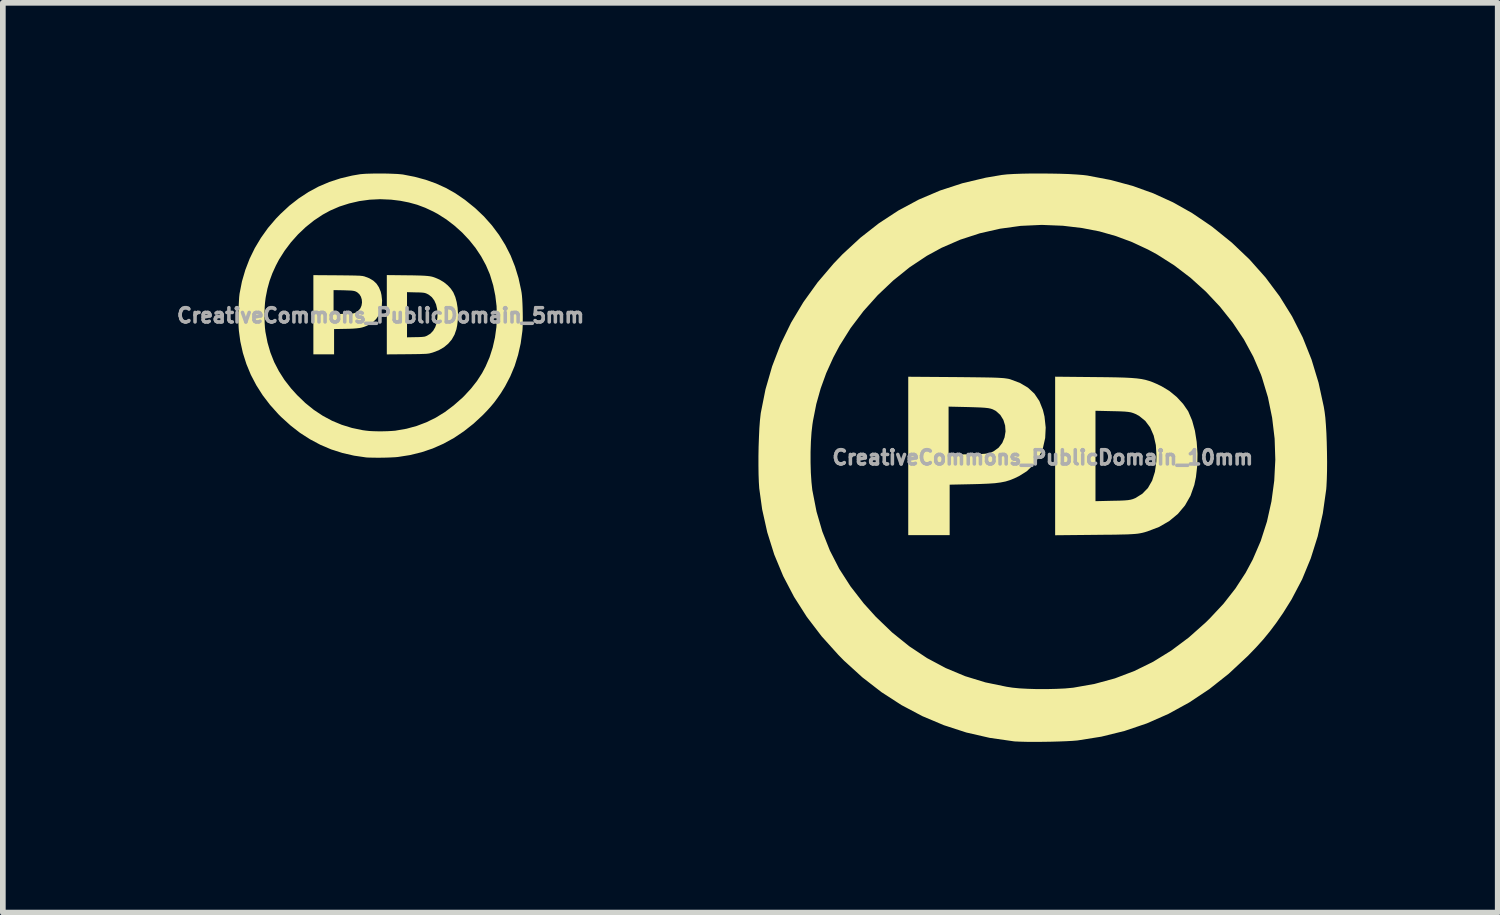
<source format=kicad_pcb>
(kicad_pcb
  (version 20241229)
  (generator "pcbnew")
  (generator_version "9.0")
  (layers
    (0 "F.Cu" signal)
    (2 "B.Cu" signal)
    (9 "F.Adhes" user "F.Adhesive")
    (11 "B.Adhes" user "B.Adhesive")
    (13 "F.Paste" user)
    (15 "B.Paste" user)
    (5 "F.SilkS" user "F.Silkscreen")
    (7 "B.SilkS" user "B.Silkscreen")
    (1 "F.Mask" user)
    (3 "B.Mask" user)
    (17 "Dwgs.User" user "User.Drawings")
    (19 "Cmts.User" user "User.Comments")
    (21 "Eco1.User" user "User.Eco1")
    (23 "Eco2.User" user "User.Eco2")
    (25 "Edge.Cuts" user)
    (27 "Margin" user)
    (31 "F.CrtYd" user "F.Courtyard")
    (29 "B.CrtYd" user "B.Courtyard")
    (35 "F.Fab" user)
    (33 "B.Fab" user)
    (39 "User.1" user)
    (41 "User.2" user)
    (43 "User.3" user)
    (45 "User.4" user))
  (footprint "CreativeCommons_PublicDomain_5mm"
    (layer "F.Cu")
    (at 3.64 2.496)
    (property "Reference" "CreativeCommons_PublicDomain_5mm" (at 0 0 0) (layer "F.Fab") (effects (font (size 0.25 0.25) (thickness 0.3))))
    (attr board_only exclude_from_pos_files exclude_from_bom)
    (fp_poly (pts (xy -0.761 -0.707) (xy -0.66 -0.706) (xy -0.576 -0.705) (xy -0.506 -0.704) (xy -0.45 -0.703) (xy -0.404 -0.701) (xy -0.368 -0.7) (xy -0.34 -0.697) (xy -0.318 -0.695) (xy -0.301 -0.691) (xy -0.286 -0.688) (xy -0.201 -0.656) (xy -0.13 -0.614) (xy -0.073 -0.561) (xy -0.03 -0.496) (xy 0.002 -0.418) (xy 0.015 -0.361) (xy 0.026 -0.264) (xy 0.021 -0.171) (xy 0.002 -0.085) (xy -0.032 -0.007) (xy -0.079 0.062) (xy -0.14 0.12) (xy -0.208 0.163) (xy -0.249 0.183) (xy -0.288 0.198) (xy -0.327 0.21) (xy -0.37 0.219) (xy -0.42 0.225) (xy -0.479 0.23) (xy -0.552 0.233) (xy -0.607 0.234) (xy -0.818 0.238) (xy -0.818 0.682) (xy -1.182 0.682) (xy -1.182 -0.447) (xy -0.827 -0.447) (xy -0.827 -0.025) (xy -0.652 -0.029) (xy -0.591 -0.03) (xy -0.545 -0.031) (xy -0.511 -0.033) (xy -0.486 -0.036) (xy -0.467 -0.04) (xy -0.451 -0.046) (xy -0.435 -0.053) (xy -0.432 -0.055) (xy -0.388 -0.087) (xy -0.355 -0.128) (xy -0.335 -0.177) (xy -0.327 -0.229) (xy -0.331 -0.281) (xy -0.346 -0.331) (xy -0.373 -0.374) (xy -0.412 -0.409) (xy -0.439 -0.423) (xy -0.456 -0.429) (xy -0.479 -0.434) (xy -0.508 -0.438) (xy -0.549 -0.44) (xy -0.602 -0.442) (xy -0.652 -0.444) (xy -0.827 -0.447) (xy -1.182 -0.447) (xy -1.182 -0.71)) (stroke (width 0) (type solid)) (fill yes) (layer "F.SilkS"))
    (fp_poly (pts (xy 0.466 -0.707) (xy 0.566 -0.706) (xy 0.649 -0.704) (xy 0.719 -0.702) (xy 0.778 -0.699) (xy 0.826 -0.695) (xy 0.867 -0.69) (xy 0.903 -0.683) (xy 0.936 -0.673) (xy 0.968 -0.661) (xy 1.001 -0.647) (xy 1.038 -0.63) (xy 1.045 -0.626) (xy 1.113 -0.585) (xy 1.178 -0.532) (xy 1.234 -0.472) (xy 1.277 -0.408) (xy 1.28 -0.402) (xy 1.313 -0.325) (xy 1.337 -0.236) (xy 1.353 -0.137) (xy 1.36 -0.034) (xy 1.358 0.07) (xy 1.346 0.171) (xy 1.332 0.241) (xy 1.299 0.336) (xy 1.251 0.421) (xy 1.188 0.495) (xy 1.112 0.558) (xy 1.022 0.61) (xy 0.92 0.649) (xy 0.895 0.656) (xy 0.876 0.661) (xy 0.857 0.666) (xy 0.836 0.669) (xy 0.811 0.672) (xy 0.78 0.674) (xy 0.741 0.675) (xy 0.692 0.677) (xy 0.632 0.678) (xy 0.557 0.679) (xy 0.466 0.68) (xy 0.109 0.683) (xy 0.109 -0.411) (xy 0.464 -0.411) (xy 0.464 0.383) (xy 0.616 0.38) (xy 0.674 0.379) (xy 0.717 0.377) (xy 0.749 0.374) (xy 0.773 0.371) (xy 0.792 0.365) (xy 0.811 0.357) (xy 0.814 0.356) (xy 0.875 0.319) (xy 0.924 0.267) (xy 0.961 0.203) (xy 0.986 0.126) (xy 0.998 0.035) (xy 1 -0.014) (xy 0.994 -0.11) (xy 0.975 -0.194) (xy 0.944 -0.264) (xy 0.901 -0.322) (xy 0.846 -0.366) (xy 0.814 -0.383) (xy 0.795 -0.391) (xy 0.775 -0.397) (xy 0.751 -0.401) (xy 0.719 -0.404) (xy 0.677 -0.406) (xy 0.62 -0.407) (xy 0.616 -0.407) (xy 0.464 -0.411) (xy 0.109 -0.411) (xy 0.109 -0.711)) (stroke (width 0) (type solid)) (fill yes) (layer "F.SilkS"))
    (fp_poly (pts (xy 0.065 -2.496) (xy 0.149 -2.494) (xy 0.227 -2.491) (xy 0.297 -2.488) (xy 0.354 -2.483) (xy 0.391 -2.479) (xy 0.596 -2.439) (xy 0.789 -2.387) (xy 0.972 -2.322) (xy 1.146 -2.243) (xy 1.313 -2.149) (xy 1.474 -2.039) (xy 1.49 -2.027) (xy 1.661 -1.889) (xy 1.817 -1.741) (xy 1.957 -1.583) (xy 2.082 -1.416) (xy 2.191 -1.24) (xy 2.285 -1.055) (xy 2.362 -0.861) (xy 2.424 -0.658) (xy 2.47 -0.446) (xy 2.478 -0.4) (xy 2.484 -0.351) (xy 2.489 -0.288) (xy 2.493 -0.213) (xy 2.496 -0.132) (xy 2.498 -0.047) (xy 2.499 0.037) (xy 2.498 0.118) (xy 2.497 0.19) (xy 2.494 0.252) (xy 2.491 0.279) (xy 2.462 0.49) (xy 2.416 0.693) (xy 2.356 0.886) (xy 2.279 1.07) (xy 2.187 1.246) (xy 2.114 1.364) (xy 2.054 1.45) (xy 1.998 1.526) (xy 1.939 1.597) (xy 1.875 1.668) (xy 1.801 1.745) (xy 1.796 1.75) (xy 1.633 1.901) (xy 1.463 2.035) (xy 1.287 2.153) (xy 1.105 2.253) (xy 0.915 2.337) (xy 0.719 2.403) (xy 0.515 2.453) (xy 0.305 2.486) (xy 0.305 2.486) (xy 0.262 2.49) (xy 0.206 2.493) (xy 0.14 2.496) (xy 0.069 2.498) (xy -0.005 2.499) (xy -0.077 2.499) (xy -0.143 2.498) (xy -0.2 2.497) (xy -0.244 2.495) (xy -0.255 2.494) (xy -0.467 2.463) (xy -0.671 2.416) (xy -0.869 2.353) (xy -1.059 2.272) (xy -1.241 2.175) (xy -1.417 2.062) (xy -1.585 1.931) (xy -1.747 1.784) (xy -1.797 1.734) (xy -1.944 1.57) (xy -2.073 1.401) (xy -2.185 1.225) (xy -2.281 1.042) (xy -2.359 0.853) (xy -2.421 0.657) (xy -2.466 0.455) (xy -2.491 0.27) (xy -2.495 0.216) (xy -2.498 0.148) (xy -2.499 0.071) (xy -2.499 0.043) (xy -2.04 0.043) (xy -2.038 0.133) (xy -2.033 0.216) (xy -2.025 0.286) (xy -2.024 0.291) (xy -1.988 0.475) (xy -1.937 0.651) (xy -1.871 0.818) (xy -1.788 0.978) (xy -1.69 1.132) (xy -1.574 1.281) (xy -1.468 1.398) (xy -1.324 1.537) (xy -1.174 1.658) (xy -1.017 1.762) (xy -0.853 1.85) (xy -0.682 1.921) (xy -0.504 1.976) (xy -0.317 2.015) (xy -0.266 2.022) (xy -0.205 2.029) (xy -0.131 2.033) (xy -0.05 2.035) (xy 0.035 2.035) (xy 0.119 2.033) (xy 0.195 2.029) (xy 0.26 2.024) (xy 0.269 2.022) (xy 0.455 1.99) (xy 0.634 1.941) (xy 0.805 1.876) (xy 0.97 1.795) (xy 1.129 1.697) (xy 1.283 1.581) (xy 1.433 1.449) (xy 1.469 1.414) (xy 1.589 1.284) (xy 1.693 1.152) (xy 1.783 1.013) (xy 1.845 0.896) (xy 1.915 0.734) (xy 1.97 0.563) (xy 2.01 0.386) (xy 2.035 0.204) (xy 2.044 0.019) (xy 2.038 -0.166) (xy 2.016 -0.349) (xy 1.979 -0.53) (xy 1.926 -0.705) (xy 1.918 -0.729) (xy 1.851 -0.885) (xy 1.768 -1.038) (xy 1.67 -1.186) (xy 1.558 -1.326) (xy 1.434 -1.458) (xy 1.299 -1.579) (xy 1.156 -1.689) (xy 1.005 -1.785) (xy 0.925 -1.828) (xy 0.784 -1.894) (xy 0.643 -1.947) (xy 0.498 -1.987) (xy 0.346 -2.017) (xy 0.182 -2.037) (xy 0.177 -2.037) (xy -0.008 -2.045) (xy -0.193 -2.036) (xy -0.376 -2.011) (xy -0.553 -1.97) (xy -0.725 -1.915) (xy -0.888 -1.844) (xy -1.018 -1.773) (xy -1.17 -1.672) (xy -1.315 -1.556) (xy -1.451 -1.427) (xy -1.576 -1.287) (xy -1.688 -1.138) (xy -1.786 -0.983) (xy -1.841 -0.878) (xy -1.903 -0.742) (xy -1.952 -0.608) (xy -1.99 -0.47) (xy -2.019 -0.324) (xy -2.024 -0.291) (xy -2.032 -0.222) (xy -2.038 -0.14) (xy -2.04 -0.05) (xy -2.04 0.043) (xy -2.499 0.043) (xy -2.498 -0.012) (xy -2.497 -0.096) (xy -2.494 -0.179) (xy -2.49 -0.256) (xy -2.486 -0.324) (xy -2.48 -0.379) (xy -2.478 -0.391) (xy -2.437 -0.6) (xy -2.378 -0.802) (xy -2.303 -0.997) (xy -2.211 -1.186) (xy -2.103 -1.366) (xy -1.979 -1.54) (xy -1.838 -1.705) (xy -1.759 -1.786) (xy -1.603 -1.931) (xy -1.439 -2.059) (xy -1.268 -2.171) (xy -1.09 -2.267) (xy -0.902 -2.347) (xy -0.706 -2.411) (xy -0.5 -2.46) (xy -0.359 -2.484) (xy -0.314 -2.488) (xy -0.255 -2.492) (xy -0.183 -2.494) (xy -0.104 -2.496) (xy -0.02 -2.496)) (stroke (width 0) (type solid)) (fill yes) (layer "F.SilkS")))
  (footprint "CreativeCommons_PublicDomain_10mm"
    (layer "F.Cu")
    (at 15.278 4.992)
    (property "Reference" "CreativeCommons_PublicDomain_10mm" (at 0 0 0) (layer "F.Fab") (effects (font (size 0.25 0.25) (thickness 0.3))))
    (attr board_only exclude_from_pos_files exclude_from_bom)
    (fp_poly (pts (xy -1.523 -1.414) (xy -1.321 -1.412) (xy -1.152 -1.41) (xy -1.013 -1.408) (xy -0.899 -1.406) (xy -0.808 -1.403) (xy -0.737 -1.399) (xy -0.681 -1.395) (xy -0.637 -1.389) (xy -0.601 -1.383) (xy -0.573 -1.376) (xy -0.402 -1.312) (xy -0.26 -1.228) (xy -0.146 -1.122) (xy -0.059 -0.992) (xy 0.003 -0.836) (xy 0.031 -0.721) (xy 0.052 -0.527) (xy 0.043 -0.343) (xy 0.004 -0.17) (xy -0.064 -0.014) (xy -0.159 0.124) (xy -0.279 0.24) (xy -0.416 0.326) (xy -0.499 0.366) (xy -0.576 0.397) (xy -0.654 0.421) (xy -0.74 0.438) (xy -0.84 0.451) (xy -0.959 0.459) (xy -1.104 0.465) (xy -1.214 0.468) (xy -1.636 0.477) (xy -1.636 1.364) (xy -2.364 1.364) (xy -2.364 -0.895) (xy -1.655 -0.895) (xy -1.655 -0.051) (xy -1.304 -0.057) (xy -1.182 -0.06) (xy -1.09 -0.062) (xy -1.022 -0.066) (xy -0.972 -0.072) (xy -0.934 -0.08) (xy -0.902 -0.091) (xy -0.87 -0.107) (xy -0.863 -0.11) (xy -0.775 -0.174) (xy -0.711 -0.257) (xy -0.671 -0.354) (xy -0.654 -0.458) (xy -0.661 -0.562) (xy -0.692 -0.662) (xy -0.746 -0.749) (xy -0.823 -0.818) (xy -0.878 -0.847) (xy -0.913 -0.859) (xy -0.957 -0.868) (xy -1.017 -0.875) (xy -1.097 -0.88) (xy -1.204 -0.884) (xy -1.305 -0.887) (xy -1.655 -0.895) (xy -2.364 -0.895) (xy -2.364 -1.42)) (stroke (width 0) (type solid)) (fill yes) (layer "F.SilkS"))
    (fp_poly (pts (xy 0.932 -1.414) (xy 1.131 -1.412) (xy 1.299 -1.409) (xy 1.439 -1.405) (xy 1.555 -1.399) (xy 1.652 -1.391) (xy 1.735 -1.38) (xy 1.807 -1.365) (xy 1.872 -1.346) (xy 1.936 -1.323) (xy 2.003 -1.294) (xy 2.076 -1.259) (xy 2.09 -1.252) (xy 2.226 -1.17) (xy 2.355 -1.064) (xy 2.467 -0.943) (xy 2.554 -0.817) (xy 2.56 -0.805) (xy 2.626 -0.65) (xy 2.675 -0.471) (xy 2.706 -0.275) (xy 2.72 -0.068) (xy 2.716 0.14) (xy 2.693 0.343) (xy 2.664 0.482) (xy 2.597 0.672) (xy 2.501 0.841) (xy 2.376 0.99) (xy 2.224 1.116) (xy 2.045 1.22) (xy 1.84 1.298) (xy 1.791 1.313) (xy 1.752 1.323) (xy 1.713 1.331) (xy 1.671 1.338) (xy 1.621 1.343) (xy 1.56 1.347) (xy 1.482 1.351) (xy 1.385 1.353) (xy 1.263 1.356) (xy 1.113 1.357) (xy 0.932 1.359) (xy 0.218 1.366) (xy 0.218 -0.822) (xy 0.927 -0.822) (xy 0.927 0.767) (xy 1.232 0.76) (xy 1.347 0.758) (xy 1.434 0.754) (xy 1.497 0.749) (xy 1.545 0.741) (xy 1.585 0.73) (xy 1.622 0.715) (xy 1.627 0.713) (xy 1.75 0.637) (xy 1.849 0.535) (xy 1.923 0.406) (xy 1.972 0.251) (xy 1.997 0.07) (xy 2 -0.027) (xy 1.988 -0.22) (xy 1.95 -0.387) (xy 1.888 -0.529) (xy 1.802 -0.644) (xy 1.692 -0.733) (xy 1.627 -0.767) (xy 1.589 -0.782) (xy 1.55 -0.794) (xy 1.502 -0.802) (xy 1.439 -0.808) (xy 1.354 -0.812) (xy 1.24 -0.815) (xy 1.232 -0.815) (xy 0.927 -0.822) (xy 0.218 -0.822) (xy 0.218 -1.421)) (stroke (width 0) (type solid)) (fill yes) (layer "F.SilkS"))
    (fp_poly (pts (xy 0.131 -4.991) (xy 0.298 -4.988) (xy 0.454 -4.983) (xy 0.593 -4.975) (xy 0.708 -4.966) (xy 0.782 -4.957) (xy 1.192 -4.879) (xy 1.578 -4.775) (xy 1.943 -4.644) (xy 2.291 -4.485) (xy 2.625 -4.297) (xy 2.948 -4.078) (xy 2.98 -4.055) (xy 3.323 -3.778) (xy 3.634 -3.482) (xy 3.915 -3.166) (xy 4.164 -2.833) (xy 4.383 -2.48) (xy 4.57 -2.11) (xy 4.725 -1.721) (xy 4.848 -1.315) (xy 4.94 -0.892) (xy 4.955 -0.8) (xy 4.967 -0.702) (xy 4.977 -0.575) (xy 4.986 -0.427) (xy 4.992 -0.264) (xy 4.996 -0.094) (xy 4.998 0.074) (xy 4.997 0.235) (xy 4.993 0.381) (xy 4.987 0.503) (xy 4.983 0.557) (xy 4.923 0.981) (xy 4.833 1.385) (xy 4.711 1.772) (xy 4.559 2.141) (xy 4.374 2.493) (xy 4.228 2.727) (xy 4.109 2.9) (xy 3.995 3.052) (xy 3.879 3.194) (xy 3.751 3.336) (xy 3.603 3.489) (xy 3.591 3.5) (xy 3.266 3.803) (xy 2.927 4.071) (xy 2.575 4.305) (xy 2.209 4.506) (xy 1.83 4.673) (xy 1.437 4.806) (xy 1.031 4.906) (xy 0.61 4.973) (xy 0.609 4.973) (xy 0.524 4.98) (xy 0.412 4.986) (xy 0.281 4.991) (xy 0.138 4.995) (xy -0.01 4.997) (xy -0.153 4.998) (xy -0.286 4.997) (xy -0.4 4.994) (xy -0.488 4.99) (xy -0.509 4.988) (xy -0.933 4.927) (xy -1.343 4.833) (xy -1.737 4.705) (xy -2.117 4.545) (xy -2.483 4.351) (xy -2.834 4.124) (xy -3.171 3.863) (xy -3.494 3.569) (xy -3.594 3.467) (xy -3.887 3.141) (xy -4.146 2.802) (xy -4.371 2.449) (xy -4.562 2.084) (xy -4.719 1.706) (xy -4.842 1.314) (xy -4.932 0.91) (xy -4.983 0.54) (xy -4.99 0.432) (xy -4.995 0.297) (xy -4.997 0.142) (xy -4.997 0.086) (xy -4.081 0.086) (xy -4.076 0.267) (xy -4.065 0.432) (xy -4.05 0.573) (xy -4.048 0.582) (xy -3.976 0.951) (xy -3.874 1.301) (xy -3.741 1.636) (xy -3.577 1.956) (xy -3.379 2.264) (xy -3.148 2.562) (xy -2.936 2.797) (xy -2.648 3.074) (xy -2.348 3.316) (xy -2.034 3.525) (xy -1.706 3.7) (xy -1.364 3.843) (xy -1.008 3.952) (xy -0.635 4.029) (xy -0.531 4.045) (xy -0.41 4.057) (xy -0.263 4.065) (xy -0.099 4.07) (xy 0.071 4.07) (xy 0.237 4.066) (xy 0.391 4.059) (xy 0.52 4.047) (xy 0.539 4.045) (xy 0.911 3.979) (xy 1.268 3.882) (xy 1.61 3.752) (xy 1.94 3.59) (xy 2.259 3.393) (xy 2.567 3.163) (xy 2.865 2.898) (xy 2.937 2.827) (xy 3.178 2.569) (xy 3.386 2.303) (xy 3.566 2.026) (xy 3.691 1.793) (xy 3.831 1.468) (xy 3.941 1.126) (xy 4.02 0.771) (xy 4.069 0.408) (xy 4.088 0.039) (xy 4.076 -0.331) (xy 4.032 -0.699) (xy 3.958 -1.06) (xy 3.852 -1.411) (xy 3.836 -1.457) (xy 3.702 -1.77) (xy 3.536 -2.076) (xy 3.339 -2.371) (xy 3.115 -2.652) (xy 2.867 -2.916) (xy 2.598 -3.159) (xy 2.311 -3.378) (xy 2.009 -3.57) (xy 1.85 -3.656) (xy 1.567 -3.788) (xy 1.285 -3.893) (xy 0.996 -3.975) (xy 0.691 -4.034) (xy 0.363 -4.073) (xy 0.355 -4.074) (xy -0.017 -4.089) (xy -0.387 -4.072) (xy -0.751 -4.022) (xy -1.107 -3.941) (xy -1.45 -3.829) (xy -1.777 -3.687) (xy -2.036 -3.546) (xy -2.34 -3.344) (xy -2.629 -3.111) (xy -2.901 -2.853) (xy -3.151 -2.574) (xy -3.376 -2.277) (xy -3.571 -1.966) (xy -3.682 -1.757) (xy -3.806 -1.483) (xy -3.903 -1.215) (xy -3.98 -0.941) (xy -4.038 -0.647) (xy -4.048 -0.582) (xy -4.064 -0.443) (xy -4.075 -0.279) (xy -4.081 -0.099) (xy -4.081 0.086) (xy -4.997 0.086) (xy -4.997 -0.023) (xy -4.994 -0.193) (xy -4.988 -0.358) (xy -4.981 -0.513) (xy -4.971 -0.648) (xy -4.959 -0.757) (xy -4.956 -0.782) (xy -4.873 -1.199) (xy -4.756 -1.604) (xy -4.606 -1.995) (xy -4.423 -2.371) (xy -4.206 -2.733) (xy -3.957 -3.079) (xy -3.675 -3.41) (xy -3.519 -3.573) (xy -3.205 -3.863) (xy -2.878 -4.119) (xy -2.537 -4.342) (xy -2.179 -4.534) (xy -1.805 -4.693) (xy -1.413 -4.821) (xy -1.001 -4.919) (xy -0.718 -4.967) (xy -0.628 -4.977) (xy -0.509 -4.984) (xy -0.367 -4.989) (xy -0.208 -4.992) (xy -0.04 -4.992)) (stroke (width 0) (type solid)) (fill yes) (layer "F.SilkS")))
  (gr_rect
    (start -3 -3)
    (end 23.275 12.99)
    (stroke (width 0.1) (type default))
    (fill no)
    (layer "Edge.Cuts")))
</source>
